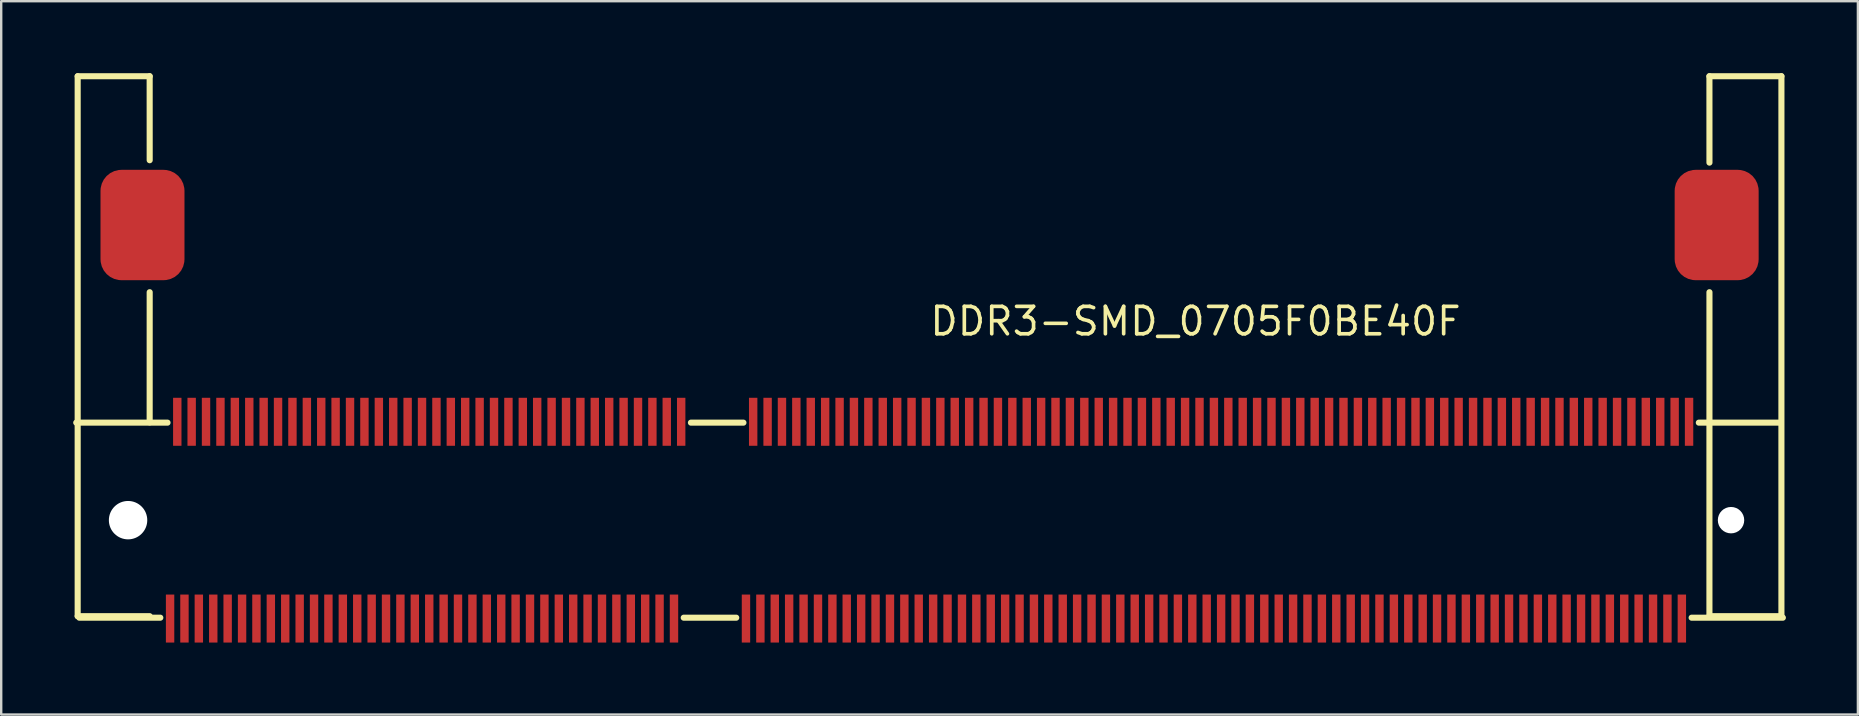
<source format=kicad_pcb>
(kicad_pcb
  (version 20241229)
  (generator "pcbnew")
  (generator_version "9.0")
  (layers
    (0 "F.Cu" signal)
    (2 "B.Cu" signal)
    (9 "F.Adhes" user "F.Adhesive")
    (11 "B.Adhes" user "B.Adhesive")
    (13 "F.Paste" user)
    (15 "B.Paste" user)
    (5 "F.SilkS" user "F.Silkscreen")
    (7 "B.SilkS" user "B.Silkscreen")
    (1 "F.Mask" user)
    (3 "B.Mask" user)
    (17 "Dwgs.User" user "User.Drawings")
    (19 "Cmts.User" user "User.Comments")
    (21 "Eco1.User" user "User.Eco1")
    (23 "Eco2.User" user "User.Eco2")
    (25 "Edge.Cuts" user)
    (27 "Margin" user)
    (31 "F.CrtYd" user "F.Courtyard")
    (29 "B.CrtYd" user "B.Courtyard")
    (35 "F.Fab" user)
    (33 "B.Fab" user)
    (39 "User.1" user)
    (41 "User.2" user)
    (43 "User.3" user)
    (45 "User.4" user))
  (footprint "DDR3-SMD_0705F0BE40F"
    (layer "F.Cu")
    (at 35.688 18.627)
    (property "Reference" "DDR3-SMD_0705F0BE40F" (at -0.067 -7.62 0) (unlocked yes) (layer "F.SilkS") (effects (font (size 1.143 1.143) (thickness 0.152)) (justify left bottom)))
    (fp_line (start -35.561 -4.064) (end -31.757 -4.064) (stroke (width 0.254) (type solid)) (layer "F.SilkS"))
    (fp_line (start -35.501 -18.5) (end -32.501 -18.5) (stroke (width 0.254) (type solid)) (layer "F.SilkS"))
    (fp_line (start -35.501 4) (end -35.501 -18.5) (stroke (width 0.254) (type solid)) (layer "F.SilkS"))
    (fp_line (start -35.501 4) (end -32.501 4) (stroke (width 0.254) (type solid)) (layer "F.SilkS"))
    (fp_line (start -35.434 4.064) (end -32.057 4.064) (stroke (width 0.254) (type solid)) (layer "F.SilkS"))
    (fp_line (start -32.501 -4.075) (end -32.5 -9.5) (stroke (width 0.254) (type solid)) (layer "F.SilkS"))
    (fp_line (start -32.5 -15) (end -32.501 -18.5) (stroke (width 0.254) (type solid)) (layer "F.SilkS"))
    (fp_line (start -10.245 4.064) (end -8.057 4.064) (stroke (width 0.254) (type solid)) (layer "F.SilkS"))
    (fp_line (start -9.945 -4.064) (end -7.757 -4.064) (stroke (width 0.254) (type solid)) (layer "F.SilkS"))
    (fp_line (start 31.757 4.064) (end 35.559 4.064) (stroke (width 0.254) (type solid)) (layer "F.SilkS"))
    (fp_line (start 32.057 -4.064) (end 35.432 -4.064) (stroke (width 0.254) (type solid)) (layer "F.SilkS"))
    (fp_line (start 32.499 -18.5) (end 35.499 -18.5) (stroke (width 0.254) (type solid)) (layer "F.SilkS"))
    (fp_line (start 32.499 4) (end 32.5 -9.5) (stroke (width 0.254) (type solid)) (layer "F.SilkS"))
    (fp_line (start 32.499 4) (end 35.499 4) (stroke (width 0.254) (type solid)) (layer "F.SilkS"))
    (fp_line (start 32.5 -14.9) (end 32.499 -18.5) (stroke (width 0.254) (type solid)) (layer "F.SilkS"))
    (fp_line (start 35.499 4) (end 35.499 -18.5) (stroke (width 0.254) (type solid)) (layer "F.SilkS"))
    (pad "" np_thru_hole circle (at -33.401 -0.000127) (size 1.6 1.6) (drill 1.6) (layers "*.Cu" "*.Mask"))
    (pad "" np_thru_hole circle (at 33.399 -0.000127) (size 1.1 1.1) (drill 1.1) (layers "*.Cu" "*.Mask"))
    (pad "1" smd rect (at -31.65 4.1 270) (size 2 0.35) (layers "F.Cu" "F.Mask" "F.Paste"))
    (pad "2" smd rect (at -31.35 -4.1 270) (size 2 0.35) (layers "F.Cu" "F.Mask" "F.Paste"))
    (pad "3" smd rect (at -31.051 4.1 270) (size 2 0.35) (layers "F.Cu" "F.Mask" "F.Paste"))
    (pad "4" smd rect (at -30.751 -4.1 270) (size 2 0.35) (layers "F.Cu" "F.Mask" "F.Paste"))
    (pad "5" smd rect (at -30.452 4.1 270) (size 2 0.35) (layers "F.Cu" "F.Mask" "F.Paste"))
    (pad "6" smd rect (at -30.152 -4.1 270) (size 2 0.35) (layers "F.Cu" "F.Mask" "F.Paste"))
    (pad "7" smd rect (at -29.851 4.1 270) (size 2 0.35) (layers "F.Cu" "F.Mask" "F.Paste"))
    (pad "8" smd rect (at -29.551 -4.1 270) (size 2 0.35) (layers "F.Cu" "F.Mask" "F.Paste"))
    (pad "9" smd rect (at -29.251 4.1 270) (size 2 0.35) (layers "F.Cu" "F.Mask" "F.Paste"))
    (pad "10" smd rect (at -28.951 -4.1 270) (size 2 0.35) (layers "F.Cu" "F.Mask" "F.Paste"))
    (pad "11" smd rect (at -28.65 4.1 270) (size 2 0.35) (layers "F.Cu" "F.Mask" "F.Paste"))
    (pad "12" smd rect (at -28.35 -4.1 270) (size 2 0.35) (layers "F.Cu" "F.Mask" "F.Paste"))
    (pad "13" smd rect (at -28.051 4.1 270) (size 2 0.35) (layers "F.Cu" "F.Mask" "F.Paste"))
    (pad "14" smd rect (at -27.751 -4.1 270) (size 2 0.35) (layers "F.Cu" "F.Mask" "F.Paste"))
    (pad "15" smd rect (at -27.451 4.1 270) (size 2 0.35) (layers "F.Cu" "F.Mask" "F.Paste"))
    (pad "16" smd rect (at -27.151 -4.1 270) (size 2 0.35) (layers "F.Cu" "F.Mask" "F.Paste"))
    (pad "17" smd rect (at -26.851 4.1 270) (size 2 0.35) (layers "F.Cu" "F.Mask" "F.Paste"))
    (pad "18" smd rect (at -26.551 -4.1 270) (size 2 0.35) (layers "F.Cu" "F.Mask" "F.Paste"))
    (pad "19" smd rect (at -26.25 4.1 270) (size 2 0.35) (layers "F.Cu" "F.Mask" "F.Paste"))
    (pad "20" smd rect (at -25.95 -4.1 270) (size 2 0.35) (layers "F.Cu" "F.Mask" "F.Paste"))
    (pad "21" smd rect (at -25.651 4.1 270) (size 2 0.35) (layers "F.Cu" "F.Mask" "F.Paste"))
    (pad "22" smd rect (at -25.351 -4.1 270) (size 2 0.35) (layers "F.Cu" "F.Mask" "F.Paste"))
    (pad "23" smd rect (at -25.052 4.1 270) (size 2 0.35) (layers "F.Cu" "F.Mask" "F.Paste"))
    (pad "24" smd rect (at -24.752 -4.1 270) (size 2 0.35) (layers "F.Cu" "F.Mask" "F.Paste"))
    (pad "25" smd rect (at -24.451 4.1 270) (size 2 0.35) (layers "F.Cu" "F.Mask" "F.Paste"))
    (pad "26" smd rect (at -24.151 -4.1 270) (size 2 0.35) (layers "F.Cu" "F.Mask" "F.Paste"))
    (pad "27" smd rect (at -23.851 4.1 270) (size 2 0.35) (layers "F.Cu" "F.Mask" "F.Paste"))
    (pad "28" smd rect (at -23.551 -4.1 270) (size 2 0.35) (layers "F.Cu" "F.Mask" "F.Paste"))
    (pad "29" smd rect (at -23.25 4.1 270) (size 2 0.35) (layers "F.Cu" "F.Mask" "F.Paste"))
    (pad "30" smd rect (at -22.95 -4.1 270) (size 2 0.35) (layers "F.Cu" "F.Mask" "F.Paste"))
    (pad "31" smd rect (at -22.651 4.1 270) (size 2 0.35) (layers "F.Cu" "F.Mask" "F.Paste"))
    (pad "32" smd rect (at -22.351 -4.1 270) (size 2 0.35) (layers "F.Cu" "F.Mask" "F.Paste"))
    (pad "33" smd rect (at -22.052 4.1 270) (size 2 0.35) (layers "F.Cu" "F.Mask" "F.Paste"))
    (pad "34" smd rect (at -21.751 -4.1 270) (size 2 0.35) (layers "F.Cu" "F.Mask" "F.Paste"))
    (pad "35" smd rect (at -21.451 4.1 270) (size 2 0.35) (layers "F.Cu" "F.Mask" "F.Paste"))
    (pad "36" smd rect (at -21.151 -4.1 270) (size 2 0.35) (layers "F.Cu" "F.Mask" "F.Paste"))
    (pad "37" smd rect (at -20.85 4.1 270) (size 2 0.35) (layers "F.Cu" "F.Mask" "F.Paste"))
    (pad "38" smd rect (at -20.55 -4.1 270) (size 2 0.35) (layers "F.Cu" "F.Mask" "F.Paste"))
    (pad "39" smd rect (at -20.251 4.1 270) (size 2 0.35) (layers "F.Cu" "F.Mask" "F.Paste"))
    (pad "40" smd rect (at -19.951 -4.1 270) (size 2 0.35) (layers "F.Cu" "F.Mask" "F.Paste"))
    (pad "41" smd rect (at -19.652 4.1 270) (size 2 0.35) (layers "F.Cu" "F.Mask" "F.Paste"))
    (pad "42" smd rect (at -19.352 -4.1 270) (size 2 0.35) (layers "F.Cu" "F.Mask" "F.Paste"))
    (pad "43" smd rect (at -19.051 4.1 270) (size 2 0.35) (layers "F.Cu" "F.Mask" "F.Paste"))
    (pad "44" smd rect (at -18.751 -4.1 270) (size 2 0.35) (layers "F.Cu" "F.Mask" "F.Paste"))
    (pad "45" smd rect (at -18.451 4.1 270) (size 2 0.35) (layers "F.Cu" "F.Mask" "F.Paste"))
    (pad "46" smd rect (at -18.151 -4.1 270) (size 2 0.35) (layers "F.Cu" "F.Mask" "F.Paste"))
    (pad "47" smd rect (at -17.85 4.1 270) (size 2 0.35) (layers "F.Cu" "F.Mask" "F.Paste"))
    (pad "48" smd rect (at -17.55 -4.1 270) (size 2 0.35) (layers "F.Cu" "F.Mask" "F.Paste"))
    (pad "49" smd rect (at -17.251 4.1 270) (size 2 0.35) (layers "F.Cu" "F.Mask" "F.Paste"))
    (pad "50" smd rect (at -16.951 -4.1 270) (size 2 0.35) (layers "F.Cu" "F.Mask" "F.Paste"))
    (pad "51" smd rect (at -16.651 4.1 270) (size 2 0.35) (layers "F.Cu" "F.Mask" "F.Paste"))
    (pad "52" smd rect (at -16.352 -4.1 270) (size 2 0.35) (layers "F.Cu" "F.Mask" "F.Paste"))
    (pad "53" smd rect (at -16.051 4.1 270) (size 2 0.35) (layers "F.Cu" "F.Mask" "F.Paste"))
    (pad "54" smd rect (at -15.751 -4.1 270) (size 2 0.35) (layers "F.Cu" "F.Mask" "F.Paste"))
    (pad "55" smd rect (at -15.45 4.1 270) (size 2 0.35) (layers "F.Cu" "F.Mask" "F.Paste"))
    (pad "56" smd rect (at -15.15 -4.1 270) (size 2 0.35) (layers "F.Cu" "F.Mask" "F.Paste"))
    (pad "57" smd rect (at -14.851 4.1 270) (size 2 0.35) (layers "F.Cu" "F.Mask" "F.Paste"))
    (pad "58" smd rect (at -14.551 -4.1 270) (size 2 0.35) (layers "F.Cu" "F.Mask" "F.Paste"))
    (pad "59" smd rect (at -14.252 4.1 270) (size 2 0.35) (layers "F.Cu" "F.Mask" "F.Paste"))
    (pad "60" smd rect (at -13.952 -4.1 270) (size 2 0.35) (layers "F.Cu" "F.Mask" "F.Paste"))
    (pad "61" smd rect (at -13.651 4.1 270) (size 2 0.35) (layers "F.Cu" "F.Mask" "F.Paste"))
    (pad "62" smd rect (at -13.351 -4.1 270) (size 2 0.35) (layers "F.Cu" "F.Mask" "F.Paste"))
    (pad "63" smd rect (at -13.051 4.1 270) (size 2 0.35) (layers "F.Cu" "F.Mask" "F.Paste"))
    (pad "64" smd rect (at -12.751 -4.1 270) (size 2 0.35) (layers "F.Cu" "F.Mask" "F.Paste"))
    (pad "65" smd rect (at -12.45 4.1 270) (size 2 0.35) (layers "F.Cu" "F.Mask" "F.Paste"))
    (pad "66" smd rect (at -12.15 -4.1 270) (size 2 0.35) (layers "F.Cu" "F.Mask" "F.Paste"))
    (pad "67" smd rect (at -11.851 4.1 270) (size 2 0.35) (layers "F.Cu" "F.Mask" "F.Paste"))
    (pad "68" smd rect (at -11.551 -4.1 270) (size 2 0.35) (layers "F.Cu" "F.Mask" "F.Paste"))
    (pad "69" smd rect (at -11.252 4.1 270) (size 2 0.35) (layers "F.Cu" "F.Mask" "F.Paste"))
    (pad "70" smd rect (at -10.952 -4.1 270) (size 2 0.35) (layers "F.Cu" "F.Mask" "F.Paste"))
    (pad "71" smd rect (at -10.651 4.1 270) (size 2 0.35) (layers "F.Cu" "F.Mask" "F.Paste"))
    (pad "72" smd rect (at -10.351 -4.1 270) (size 2 0.35) (layers "F.Cu" "F.Mask" "F.Paste"))
    (pad "73" smd rect (at -7.651 4.1 270) (size 2 0.35) (layers "F.Cu" "F.Mask" "F.Paste"))
    (pad "74" smd rect (at -7.351 -4.1 270) (size 2 0.35) (layers "F.Cu" "F.Mask" "F.Paste"))
    (pad "75" smd rect (at -7.05 4.1 270) (size 2 0.35) (layers "F.Cu" "F.Mask" "F.Paste"))
    (pad "76" smd rect (at -6.75 -4.1 270) (size 2 0.35) (layers "F.Cu" "F.Mask" "F.Paste"))
    (pad "77" smd rect (at -6.451 4.1 270) (size 2 0.35) (layers "F.Cu" "F.Mask" "F.Paste"))
    (pad "78" smd rect (at -6.151 -4.1 270) (size 2 0.35) (layers "F.Cu" "F.Mask" "F.Paste"))
    (pad "79" smd rect (at -5.852 4.1 270) (size 2 0.35) (layers "F.Cu" "F.Mask" "F.Paste"))
    (pad "80" smd rect (at -5.552 -4.1 270) (size 2 0.35) (layers "F.Cu" "F.Mask" "F.Paste"))
    (pad "81" smd rect (at -5.251 4.1 270) (size 2 0.35) (layers "F.Cu" "F.Mask" "F.Paste"))
    (pad "82" smd rect (at -4.951 -4.1 270) (size 2 0.35) (layers "F.Cu" "F.Mask" "F.Paste"))
    (pad "83" smd rect (at -4.65 4.1 270) (size 2 0.35) (layers "F.Cu" "F.Mask" "F.Paste"))
    (pad "84" smd rect (at -4.351 -4.1 270) (size 2 0.35) (layers "F.Cu" "F.Mask" "F.Paste"))
    (pad "85" smd rect (at -4.05 4.1 270) (size 2 0.35) (layers "F.Cu" "F.Mask" "F.Paste"))
    (pad "86" smd rect (at -3.75 -4.1 270) (size 2 0.35) (layers "F.Cu" "F.Mask" "F.Paste"))
    (pad "87" smd rect (at -3.452 4.1 270) (size 2 0.35) (layers "F.Cu" "F.Mask" "F.Paste"))
    (pad "88" smd rect (at -3.152 -4.1 270) (size 2 0.35) (layers "F.Cu" "F.Mask" "F.Paste"))
    (pad "89" smd rect (at -2.851 4.1 270) (size 2 0.35) (layers "F.Cu" "F.Mask" "F.Paste"))
    (pad "90" smd rect (at -2.551 -4.1 270) (size 2 0.35) (layers "F.Cu" "F.Mask" "F.Paste"))
    (pad "91" smd rect (at -2.251 4.1 270) (size 2 0.35) (layers "F.Cu" "F.Mask" "F.Paste"))
    (pad "92" smd rect (at -1.951 -4.1 270) (size 2 0.35) (layers "F.Cu" "F.Mask" "F.Paste"))
    (pad "93" smd rect (at -1.65 4.1 270) (size 2 0.35) (layers "F.Cu" "F.Mask" "F.Paste"))
    (pad "94" smd rect (at -1.35 -4.1 270) (size 2 0.35) (layers "F.Cu" "F.Mask" "F.Paste"))
    (pad "95" smd rect (at -1.051 4.1 270) (size 2 0.35) (layers "F.Cu" "F.Mask" "F.Paste"))
    (pad "96" smd rect (at -0.751 -4.1 270) (size 2 0.35) (layers "F.Cu" "F.Mask" "F.Paste"))
    (pad "97" smd rect (at -0.452 4.1 270) (size 2 0.35) (layers "F.Cu" "F.Mask" "F.Paste"))
    (pad "98" smd rect (at -0.152 -4.1 270) (size 2 0.35) (layers "F.Cu" "F.Mask" "F.Paste"))
    (pad "99" smd rect (at 0.149 4.1 270) (size 2 0.35) (layers "F.Cu" "F.Mask" "F.Paste"))
    (pad "100" smd rect (at 0.449 -4.1 270) (size 2 0.35) (layers "F.Cu" "F.Mask" "F.Paste"))
    (pad "101" smd rect (at 0.749 4.1 270) (size 2 0.35) (layers "F.Cu" "F.Mask" "F.Paste"))
    (pad "102" smd rect (at 1.049 -4.1 270) (size 2 0.35) (layers "F.Cu" "F.Mask" "F.Paste"))
    (pad "103" smd rect (at 1.35 4.1 270) (size 2 0.35) (layers "F.Cu" "F.Mask" "F.Paste"))
    (pad "104" smd rect (at 1.65 -4.1 270) (size 2 0.35) (layers "F.Cu" "F.Mask" "F.Paste"))
    (pad "105" smd rect (at 1.949 4.1 270) (size 2 0.35) (layers "F.Cu" "F.Mask" "F.Paste"))
    (pad "106" smd rect (at 2.249 -4.1 270) (size 2 0.35) (layers "F.Cu" "F.Mask" "F.Paste"))
    (pad "107" smd rect (at 2.549 4.1 270) (size 2 0.35) (layers "F.Cu" "F.Mask" "F.Paste"))
    (pad "108" smd rect (at 2.849 -4.1 270) (size 2 0.35) (layers "F.Cu" "F.Mask" "F.Paste"))
    (pad "109" smd rect (at 3.149 4.1 270) (size 2 0.35) (layers "F.Cu" "F.Mask" "F.Paste"))
    (pad "110" smd rect (at 3.449 -4.1 270) (size 2 0.35) (layers "F.Cu" "F.Mask" "F.Paste"))
    (pad "111" smd rect (at 3.75 4.1 270) (size 2 0.35) (layers "F.Cu" "F.Mask" "F.Paste"))
    (pad "112" smd rect (at 4.05 -4.1 270) (size 2 0.35) (layers "F.Cu" "F.Mask" "F.Paste"))
    (pad "113" smd rect (at 4.349 4.1 270) (size 2 0.35) (layers "F.Cu" "F.Mask" "F.Paste"))
    (pad "114" smd rect (at 4.649 -4.1 270) (size 2 0.35) (layers "F.Cu" "F.Mask" "F.Paste"))
    (pad "115" smd rect (at 4.948 4.1 270) (size 2 0.35) (layers "F.Cu" "F.Mask" "F.Paste"))
    (pad "116" smd rect (at 5.248 -4.1 270) (size 2 0.35) (layers "F.Cu" "F.Mask" "F.Paste"))
    (pad "117" smd rect (at 5.549 4.1 270) (size 2 0.35) (layers "F.Cu" "F.Mask" "F.Paste"))
    (pad "118" smd rect (at 5.849 -4.1 270) (size 2 0.35) (layers "F.Cu" "F.Mask" "F.Paste"))
    (pad "119" smd rect (at 6.149 4.1 270) (size 2 0.35) (layers "F.Cu" "F.Mask" "F.Paste"))
    (pad "120" smd rect (at 6.449 -4.1 270) (size 2 0.35) (layers "F.Cu" "F.Mask" "F.Paste"))
    (pad "121" smd rect (at 6.75 4.1 270) (size 2 0.35) (layers "F.Cu" "F.Mask" "F.Paste"))
    (pad "122" smd rect (at 7.05 -4.1 270) (size 2 0.35) (layers "F.Cu" "F.Mask" "F.Paste"))
    (pad "123" smd rect (at 7.349 4.1 270) (size 2 0.35) (layers "F.Cu" "F.Mask" "F.Paste"))
    (pad "124" smd rect (at 7.649 -4.1 270) (size 2 0.35) (layers "F.Cu" "F.Mask" "F.Paste"))
    (pad "125" smd rect (at 7.949 4.1 270) (size 2 0.35) (layers "F.Cu" "F.Mask" "F.Paste"))
    (pad "126" smd rect (at 8.249 -4.1 270) (size 2 0.35) (layers "F.Cu" "F.Mask" "F.Paste"))
    (pad "127" smd rect (at 8.549 4.1 270) (size 2 0.35) (layers "F.Cu" "F.Mask" "F.Paste"))
    (pad "128" smd rect (at 8.849 -4.1 270) (size 2 0.35) (layers "F.Cu" "F.Mask" "F.Paste"))
    (pad "129" smd rect (at 9.15 4.1 270) (size 2 0.35) (layers "F.Cu" "F.Mask" "F.Paste"))
    (pad "130" smd rect (at 9.45 -4.1 270) (size 2 0.35) (layers "F.Cu" "F.Mask" "F.Paste"))
    (pad "131" smd rect (at 9.749 4.1 270) (size 2 0.35) (layers "F.Cu" "F.Mask" "F.Paste"))
    (pad "132" smd rect (at 10.049 -4.1 270) (size 2 0.35) (layers "F.Cu" "F.Mask" "F.Paste"))
    (pad "133" smd rect (at 10.348 4.1 270) (size 2 0.35) (layers "F.Cu" "F.Mask" "F.Paste"))
    (pad "134" smd rect (at 10.648 -4.1 270) (size 2 0.35) (layers "F.Cu" "F.Mask" "F.Paste"))
    (pad "135" smd rect (at 10.949 4.1 270) (size 2 0.35) (layers "F.Cu" "F.Mask" "F.Paste"))
    (pad "136" smd rect (at 11.249 -4.1 270) (size 2 0.35) (layers "F.Cu" "F.Mask" "F.Paste"))
    (pad "137" smd rect (at 11.549 4.1 270) (size 2 0.35) (layers "F.Cu" "F.Mask" "F.Paste"))
    (pad "138" smd rect (at 11.849 -4.1 270) (size 2 0.35) (layers "F.Cu" "F.Mask" "F.Paste"))
    (pad "139" smd rect (at 12.15 4.1 270) (size 2 0.35) (layers "F.Cu" "F.Mask" "F.Paste"))
    (pad "140" smd rect (at 12.45 -4.1 270) (size 2 0.35) (layers "F.Cu" "F.Mask" "F.Paste"))
    (pad "141" smd rect (at 12.749 4.1 270) (size 2 0.35) (layers "F.Cu" "F.Mask" "F.Paste"))
    (pad "142" smd rect (at 13.049 -4.1 270) (size 2 0.35) (layers "F.Cu" "F.Mask" "F.Paste"))
    (pad "143" smd rect (at 13.349 4.1 270) (size 2 0.35) (layers "F.Cu" "F.Mask" "F.Paste"))
    (pad "144" smd rect (at 13.649 -4.1 270) (size 2 0.35) (layers "F.Cu" "F.Mask" "F.Paste"))
    (pad "145" smd rect (at 13.949 4.1 270) (size 2 0.35) (layers "F.Cu" "F.Mask" "F.Paste"))
    (pad "146" smd rect (at 14.249 -4.1 270) (size 2 0.35) (layers "F.Cu" "F.Mask" "F.Paste"))
    (pad "147" smd rect (at 14.55 4.1 270) (size 2 0.35) (layers "F.Cu" "F.Mask" "F.Paste"))
    (pad "148" smd rect (at 14.85 -4.1 270) (size 2 0.35) (layers "F.Cu" "F.Mask" "F.Paste"))
    (pad "149" smd rect (at 15.149 4.1 270) (size 2 0.35) (layers "F.Cu" "F.Mask" "F.Paste"))
    (pad "150" smd rect (at 15.449 -4.1 270) (size 2 0.35) (layers "F.Cu" "F.Mask" "F.Paste"))
    (pad "151" smd rect (at 15.748 4.1 270) (size 2 0.35) (layers "F.Cu" "F.Mask" "F.Paste"))
    (pad "152" smd rect (at 16.048 -4.1 270) (size 2 0.35) (layers "F.Cu" "F.Mask" "F.Paste"))
    (pad "153" smd rect (at 16.349 4.1 270) (size 2 0.35) (layers "F.Cu" "F.Mask" "F.Paste"))
    (pad "154" smd rect (at 16.649 -4.1 270) (size 2 0.35) (layers "F.Cu" "F.Mask" "F.Paste"))
    (pad "155" smd rect (at 16.949 4.1 270) (size 2 0.35) (layers "F.Cu" "F.Mask" "F.Paste"))
    (pad "156" smd rect (at 17.249 -4.1 270) (size 2 0.35) (layers "F.Cu" "F.Mask" "F.Paste"))
    (pad "157" smd rect (at 17.55 4.1 270) (size 2 0.35) (layers "F.Cu" "F.Mask" "F.Paste"))
    (pad "158" smd rect (at 17.85 -4.1 270) (size 2 0.35) (layers "F.Cu" "F.Mask" "F.Paste"))
    (pad "159" smd rect (at 18.149 4.1 270) (size 2 0.35) (layers "F.Cu" "F.Mask" "F.Paste"))
    (pad "160" smd rect (at 18.449 -4.1 270) (size 2 0.35) (layers "F.Cu" "F.Mask" "F.Paste"))
    (pad "161" smd rect (at 18.748 4.1 270) (size 2 0.35) (layers "F.Cu" "F.Mask" "F.Paste"))
    (pad "162" smd rect (at 19.048 -4.1 270) (size 2 0.35) (layers "F.Cu" "F.Mask" "F.Paste"))
    (pad "163" smd rect (at 19.349 4.1 270) (size 2 0.35) (layers "F.Cu" "F.Mask" "F.Paste"))
    (pad "164" smd rect (at 19.649 -4.1 270) (size 2 0.35) (layers "F.Cu" "F.Mask" "F.Paste"))
    (pad "165" smd rect (at 19.95 4.1 270) (size 2 0.35) (layers "F.Cu" "F.Mask" "F.Paste"))
    (pad "166" smd rect (at 20.25 -4.1 270) (size 2 0.35) (layers "F.Cu" "F.Mask" "F.Paste"))
    (pad "167" smd rect (at 20.549 4.1 270) (size 2 0.35) (layers "F.Cu" "F.Mask" "F.Paste"))
    (pad "168" smd rect (at 20.849 -4.1 270) (size 2 0.35) (layers "F.Cu" "F.Mask" "F.Paste"))
    (pad "169" smd rect (at 21.148 4.1 270) (size 2 0.35) (layers "F.Cu" "F.Mask" "F.Paste"))
    (pad "170" smd rect (at 21.448 -4.1 270) (size 2 0.35) (layers "F.Cu" "F.Mask" "F.Paste"))
    (pad "171" smd rect (at 21.748 4.1 270) (size 2 0.35) (layers "F.Cu" "F.Mask" "F.Paste"))
    (pad "172" smd rect (at 22.048 -4.1 270) (size 2 0.35) (layers "F.Cu" "F.Mask" "F.Paste"))
    (pad "173" smd rect (at 22.349 4.1 270) (size 2 0.35) (layers "F.Cu" "F.Mask" "F.Paste"))
    (pad "174" smd rect (at 22.649 -4.1 270) (size 2 0.35) (layers "F.Cu" "F.Mask" "F.Paste"))
    (pad "175" smd rect (at 22.95 4.1 270) (size 2 0.35) (layers "F.Cu" "F.Mask" "F.Paste"))
    (pad "176" smd rect (at 23.25 -4.1 270) (size 2 0.35) (layers "F.Cu" "F.Mask" "F.Paste"))
    (pad "177" smd rect (at 23.549 4.1 270) (size 2 0.35) (layers "F.Cu" "F.Mask" "F.Paste"))
    (pad "178" smd rect (at 23.849 -4.1 270) (size 2 0.35) (layers "F.Cu" "F.Mask" "F.Paste"))
    (pad "179" smd rect (at 24.148 4.1 270) (size 2 0.35) (layers "F.Cu" "F.Mask" "F.Paste"))
    (pad "180" smd rect (at 24.448 -4.1 270) (size 2 0.35) (layers "F.Cu" "F.Mask" "F.Paste"))
    (pad "181" smd rect (at 24.749 4.1 270) (size 2 0.35) (layers "F.Cu" "F.Mask" "F.Paste"))
    (pad "182" smd rect (at 25.049 -4.1 270) (size 2 0.35) (layers "F.Cu" "F.Mask" "F.Paste"))
    (pad "183" smd rect (at 25.35 4.1 270) (size 2 0.35) (layers "F.Cu" "F.Mask" "F.Paste"))
    (pad "184" smd rect (at 25.65 -4.1 270) (size 2 0.35) (layers "F.Cu" "F.Mask" "F.Paste"))
    (pad "185" smd rect (at 25.95 4.1 270) (size 2 0.35) (layers "F.Cu" "F.Mask" "F.Paste"))
    (pad "186" smd rect (at 26.25 -4.1 270) (size 2 0.35) (layers "F.Cu" "F.Mask" "F.Paste"))
    (pad "187" smd rect (at 26.548 4.1 270) (size 2 0.35) (layers "F.Cu" "F.Mask" "F.Paste"))
    (pad "188" smd rect (at 26.848 -4.1 270) (size 2 0.35) (layers "F.Cu" "F.Mask" "F.Paste"))
    (pad "189" smd rect (at 27.149 4.1 270) (size 2 0.35) (layers "F.Cu" "F.Mask" "F.Paste"))
    (pad "190" smd rect (at 27.449 -4.1 270) (size 2 0.35) (layers "F.Cu" "F.Mask" "F.Paste"))
    (pad "191" smd rect (at 27.749 4.1 270) (size 2 0.35) (layers "F.Cu" "F.Mask" "F.Paste"))
    (pad "192" smd rect (at 28.049 -4.1 270) (size 2 0.35) (layers "F.Cu" "F.Mask" "F.Paste"))
    (pad "193" smd rect (at 28.35 4.1 270) (size 2 0.35) (layers "F.Cu" "F.Mask" "F.Paste"))
    (pad "194" smd rect (at 28.65 -4.1 270) (size 2 0.35) (layers "F.Cu" "F.Mask" "F.Paste"))
    (pad "195" smd rect (at 28.949 4.1 270) (size 2 0.35) (layers "F.Cu" "F.Mask" "F.Paste"))
    (pad "196" smd rect (at 29.249 -4.1 270) (size 2 0.35) (layers "F.Cu" "F.Mask" "F.Paste"))
    (pad "197" smd rect (at 29.548 4.1 270) (size 2 0.35) (layers "F.Cu" "F.Mask" "F.Paste"))
    (pad "198" smd rect (at 29.848 -4.1 270) (size 2 0.35) (layers "F.Cu" "F.Mask" "F.Paste"))
    (pad "199" smd rect (at 30.149 4.1 270) (size 2 0.35) (layers "F.Cu" "F.Mask" "F.Paste"))
    (pad "200" smd rect (at 30.449 -4.1 270) (size 2 0.35) (layers "F.Cu" "F.Mask" "F.Paste"))
    (pad "201" smd rect (at 30.749 4.1 270) (size 2 0.35) (layers "F.Cu" "F.Mask" "F.Paste"))
    (pad "202" smd rect (at 31.049 -4.1 270) (size 2 0.35) (layers "F.Cu" "F.Mask" "F.Paste"))
    (pad "203" smd rect (at 31.35 4.1 270) (size 2 0.35) (layers "F.Cu" "F.Mask" "F.Paste"))
    (pad "204" smd rect (at 31.65 -4.1 270) (size 2 0.35) (layers "F.Cu" "F.Mask" "F.Paste"))
    (pad "MP" smd roundrect (at -32.8 -12.3) (size 3.5 4.6) (layers "F.Cu" "F.Mask" "F.Paste") (roundrect_rratio 0.25))
    (pad "MP" smd roundrect (at 32.8 -12.3) (size 3.5 4.6) (layers "F.Cu" "F.Mask" "F.Paste") (roundrect_rratio 0.25)))
  (gr_rect
    (start -3 -3)
    (end 74.374 26.727)
    (stroke (width 0.1) (type default))
    (fill no)
    (layer "Edge.Cuts")))
</source>
